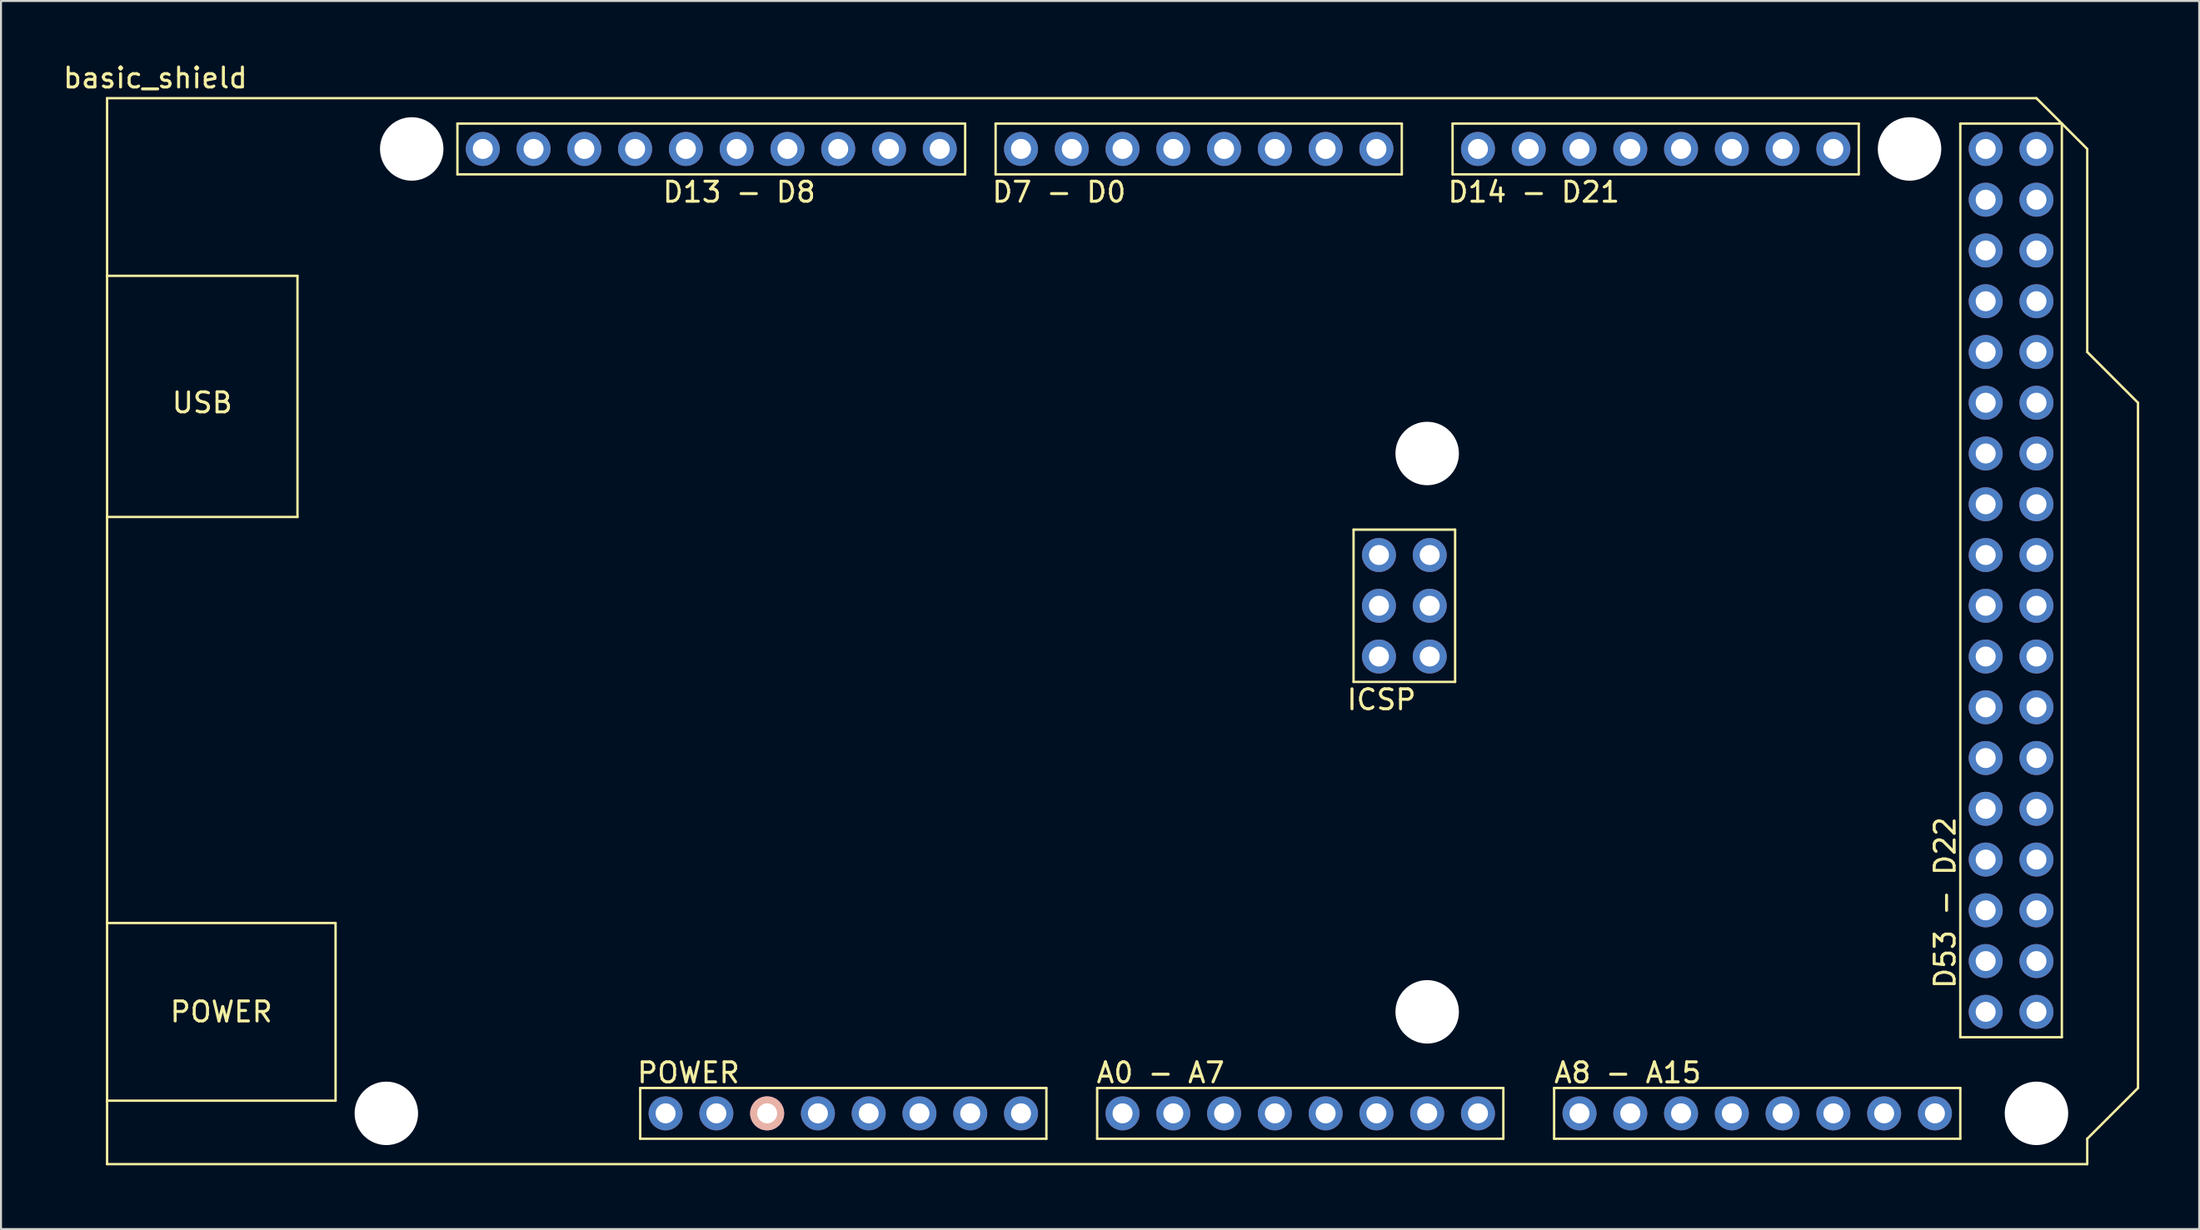
<source format=kicad_pcb>
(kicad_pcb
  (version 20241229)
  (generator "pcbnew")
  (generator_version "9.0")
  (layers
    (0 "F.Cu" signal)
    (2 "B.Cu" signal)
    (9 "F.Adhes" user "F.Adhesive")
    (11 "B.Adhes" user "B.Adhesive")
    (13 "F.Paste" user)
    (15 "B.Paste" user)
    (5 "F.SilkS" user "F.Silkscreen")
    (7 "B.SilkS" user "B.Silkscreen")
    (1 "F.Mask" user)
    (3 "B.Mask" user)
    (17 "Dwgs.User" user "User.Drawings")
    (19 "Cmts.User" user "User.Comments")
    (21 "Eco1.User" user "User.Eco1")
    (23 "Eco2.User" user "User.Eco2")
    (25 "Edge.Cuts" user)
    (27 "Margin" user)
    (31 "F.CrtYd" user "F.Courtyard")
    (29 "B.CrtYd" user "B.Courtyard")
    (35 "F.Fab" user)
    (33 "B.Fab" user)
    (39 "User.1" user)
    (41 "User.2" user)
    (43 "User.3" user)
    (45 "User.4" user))
  (footprint "basic_shield"
    (layer "F.Cu")
    (at 2.307 55.204)
    (property "Reference" "basic_shield" (at 2.413 -54.356 0) (layer "F.SilkS") (effects (font (size 1 1) (thickness 0.15))))
    (attr through_hole)
    (fp_line (start 0 -53.34) (end 0 0) (stroke (width 0.12) (type solid)) (layer "F.SilkS"))
    (fp_line (start 0 -32.385) (end 9.525 -32.385) (stroke (width 0.12) (type solid)) (layer "F.SilkS"))
    (fp_line (start 0 -3.175) (end 11.43 -3.175) (stroke (width 0.12) (type solid)) (layer "F.SilkS"))
    (fp_line (start 0 0) (end 99.06 0) (stroke (width 0.12) (type solid)) (layer "F.SilkS"))
    (fp_line (start 9.525 -44.45) (end 0 -44.45) (stroke (width 0.12) (type solid)) (layer "F.SilkS"))
    (fp_line (start 9.525 -32.385) (end 9.525 -44.45) (stroke (width 0.12) (type solid)) (layer "F.SilkS"))
    (fp_line (start 11.43 -12.065) (end 0 -12.065) (stroke (width 0.12) (type solid)) (layer "F.SilkS"))
    (fp_line (start 11.43 -3.175) (end 11.43 -12.065) (stroke (width 0.12) (type solid)) (layer "F.SilkS"))
    (fp_line (start 17.526 -52.07) (end 17.526 -49.53) (stroke (width 0.12) (type solid)) (layer "F.SilkS"))
    (fp_line (start 17.526 -49.53) (end 42.926 -49.53) (stroke (width 0.12) (type solid)) (layer "F.SilkS"))
    (fp_line (start 26.67 -3.81) (end 26.67 -1.27) (stroke (width 0.12) (type solid)) (layer "F.SilkS"))
    (fp_line (start 26.67 -1.27) (end 46.99 -1.27) (stroke (width 0.12) (type solid)) (layer "F.SilkS"))
    (fp_line (start 42.926 -52.07) (end 17.526 -52.07) (stroke (width 0.12) (type solid)) (layer "F.SilkS"))
    (fp_line (start 42.926 -49.53) (end 42.926 -52.07) (stroke (width 0.12) (type solid)) (layer "F.SilkS"))
    (fp_line (start 44.45 -52.07) (end 44.45 -49.53) (stroke (width 0.12) (type solid)) (layer "F.SilkS"))
    (fp_line (start 44.45 -49.53) (end 64.77 -49.53) (stroke (width 0.12) (type solid)) (layer "F.SilkS"))
    (fp_line (start 46.99 -3.81) (end 26.67 -3.81) (stroke (width 0.12) (type solid)) (layer "F.SilkS"))
    (fp_line (start 46.99 -1.27) (end 46.99 -3.81) (stroke (width 0.12) (type solid)) (layer "F.SilkS"))
    (fp_line (start 49.53 -3.81) (end 49.53 -1.27) (stroke (width 0.12) (type solid)) (layer "F.SilkS"))
    (fp_line (start 49.53 -1.27) (end 69.85 -1.27) (stroke (width 0.12) (type solid)) (layer "F.SilkS"))
    (fp_line (start 62.357 -31.75) (end 67.437 -31.75) (stroke (width 0.12) (type solid)) (layer "F.SilkS"))
    (fp_line (start 62.357 -24.13) (end 62.357 -31.75) (stroke (width 0.12) (type solid)) (layer "F.SilkS"))
    (fp_line (start 64.77 -52.07) (end 44.45 -52.07) (stroke (width 0.12) (type solid)) (layer "F.SilkS"))
    (fp_line (start 64.77 -49.53) (end 64.77 -52.07) (stroke (width 0.12) (type solid)) (layer "F.SilkS"))
    (fp_line (start 67.31 -52.07) (end 67.31 -49.53) (stroke (width 0.12) (type solid)) (layer "F.SilkS"))
    (fp_line (start 67.31 -49.53) (end 87.63 -49.53) (stroke (width 0.12) (type solid)) (layer "F.SilkS"))
    (fp_line (start 67.437 -31.75) (end 67.437 -24.13) (stroke (width 0.12) (type solid)) (layer "F.SilkS"))
    (fp_line (start 67.437 -24.13) (end 62.357 -24.13) (stroke (width 0.12) (type solid)) (layer "F.SilkS"))
    (fp_line (start 69.85 -3.81) (end 49.53 -3.81) (stroke (width 0.12) (type solid)) (layer "F.SilkS"))
    (fp_line (start 69.85 -1.27) (end 69.85 -3.81) (stroke (width 0.12) (type solid)) (layer "F.SilkS"))
    (fp_line (start 72.39 -3.81) (end 72.39 -1.27) (stroke (width 0.12) (type solid)) (layer "F.SilkS"))
    (fp_line (start 72.39 -1.27) (end 92.71 -1.27) (stroke (width 0.12) (type solid)) (layer "F.SilkS"))
    (fp_line (start 87.63 -52.07) (end 67.31 -52.07) (stroke (width 0.12) (type solid)) (layer "F.SilkS"))
    (fp_line (start 87.63 -49.53) (end 87.63 -52.07) (stroke (width 0.12) (type solid)) (layer "F.SilkS"))
    (fp_line (start 92.71 -52.07) (end 97.79 -52.07) (stroke (width 0.12) (type solid)) (layer "F.SilkS"))
    (fp_line (start 92.71 -6.35) (end 92.71 -52.07) (stroke (width 0.12) (type solid)) (layer "F.SilkS"))
    (fp_line (start 92.71 -3.81) (end 72.39 -3.81) (stroke (width 0.12) (type solid)) (layer "F.SilkS"))
    (fp_line (start 92.71 -1.27) (end 92.71 -3.81) (stroke (width 0.12) (type solid)) (layer "F.SilkS"))
    (fp_line (start 96.52 -53.34) (end 0 -53.34) (stroke (width 0.12) (type solid)) (layer "F.SilkS"))
    (fp_line (start 97.79 -52.07) (end 97.79 -6.35) (stroke (width 0.12) (type solid)) (layer "F.SilkS"))
    (fp_line (start 97.79 -6.35) (end 92.71 -6.35) (stroke (width 0.12) (type solid)) (layer "F.SilkS"))
    (fp_line (start 99.06 -50.8) (end 96.52 -53.34) (stroke (width 0.12) (type solid)) (layer "F.SilkS"))
    (fp_line (start 99.06 -40.64) (end 99.06 -50.8) (stroke (width 0.12) (type solid)) (layer "F.SilkS"))
    (fp_line (start 99.06 -1.27) (end 101.6 -3.81) (stroke (width 0.12) (type solid)) (layer "F.SilkS"))
    (fp_line (start 99.06 0) (end 99.06 -1.27) (stroke (width 0.12) (type solid)) (layer "F.SilkS"))
    (fp_line (start 101.6 -38.1) (end 99.06 -40.64) (stroke (width 0.12) (type solid)) (layer "F.SilkS"))
    (fp_line (start 101.6 -3.81) (end 101.6 -38.1) (stroke (width 0.12) (type solid)) (layer "F.SilkS"))
    (fp_text user "D7 - D0" (at 47.625 -48.641 0) (layer "F.SilkS") (effects (font (size 1 1) (thickness 0.15))))
    (fp_text user "A0 - A7" (at 52.705 -4.572 0) (layer "F.SilkS") (effects (font (size 1 1) (thickness 0.15))))
    (fp_text user "A8 - A15" (at 76.073 -4.572 0) (layer "F.SilkS") (effects (font (size 1 1) (thickness 0.15))))
    (fp_text user "USB" (at 4.763 -38.1 0) (layer "F.SilkS") (effects (font (size 1 1) (thickness 0.15))))
    (fp_text user "ICSP" (at 63.754 -23.241 0) (layer "F.SilkS") (effects (font (size 1 1) (thickness 0.15))))
    (fp_text user "D14 - D21" (at 71.374 -48.641 0) (layer "F.SilkS") (effects (font (size 1 1) (thickness 0.15))))
    (fp_text user "POWER" (at 29.083 -4.572 0) (layer "F.SilkS") (effects (font (size 1 1) (thickness 0.15))))
    (fp_text user "D53 - D22" (at 91.948 -13.081 90) (layer "F.SilkS") (effects (font (size 1 1) (thickness 0.15))))
    (fp_text user "POWER" (at 5.715 -7.62 0) (layer "F.SilkS") (effects (font (size 1 1) (thickness 0.15))))
    (fp_text user "D13 - D8" (at 31.623 -48.641 0) (layer "F.SilkS") (effects (font (size 1 1) (thickness 0.15))))
    (pad "" np_thru_hole circle (at 13.97 -2.54 90) (size 3.175 3.175) (drill 3.175) (layers "*.Cu" "*.Mask"))
    (pad "" np_thru_hole circle (at 15.24 -50.8 90) (size 3.175 3.175) (drill 3.175) (layers "*.Cu" "*.Mask"))
    (pad "" thru_hole circle (at 27.94 -2.54 90) (size 1.7 1.7) (drill 1) (layers "*.Cu" "*.Mask"))
    (pad "" thru_hole oval (at 63.627 -30.48 90) (size 1.7 1.7) (drill 1) (layers "*.Cu" "*.Mask"))
    (pad "" thru_hole oval (at 63.627 -27.94 90) (size 1.7 1.7) (drill 1) (layers "*.Cu" "*.Mask"))
    (pad "" thru_hole oval (at 63.627 -25.4 90) (size 1.7 1.7) (drill 1) (layers "*.Cu" "*.Mask"))
    (pad "" np_thru_hole circle (at 66.04 -35.56 90) (size 3.175 3.175) (drill 3.175) (layers "*.Cu" "*.Mask"))
    (pad "" np_thru_hole circle (at 66.04 -7.62 90) (size 3.175 3.175) (drill 3.175) (layers "*.Cu" "*.Mask"))
    (pad "" thru_hole oval (at 66.167 -30.48 90) (size 1.7 1.7) (drill 1) (layers "*.Cu" "*.Mask"))
    (pad "" thru_hole oval (at 66.167 -27.94 90) (size 1.7 1.7) (drill 1) (layers "*.Cu" "*.Mask"))
    (pad "" thru_hole oval (at 66.167 -25.4 90) (size 1.7 1.7) (drill 1) (layers "*.Cu" "*.Mask"))
    (pad "" np_thru_hole circle (at 90.17 -50.8 90) (size 3.175 3.175) (drill 3.175) (layers "*.Cu" "*.Mask"))
    (pad "" np_thru_hole circle (at 96.52 -2.54 90) (size 3.175 3.175) (drill 3.175) (layers "*.Cu" "*.Mask"))
    (pad "1" thru_hole oval (at 30.48 -2.54 90) (size 1.7 1.7) (drill 1) (layers "*.Cu" "*.Mask"))
    (pad "2" thru_hole oval (at 33.02 -2.54 90) (size 1.7 1.7) (drill 1) (layers "*.Cu" "*.Mask" "B.SilkS"))
    (pad "3" thru_hole oval (at 35.56 -2.54 90) (size 1.7 1.7) (drill 1) (layers "*.Cu" "*.Mask"))
    (pad "4" thru_hole oval (at 38.1 -2.54 90) (size 1.7 1.7) (drill 1) (layers "*.Cu" "*.Mask"))
    (pad "5" thru_hole oval (at 40.64 -2.54 90) (size 1.7 1.7) (drill 1) (layers "*.Cu" "*.Mask"))
    (pad "6" thru_hole oval (at 43.18 -2.54 90) (size 1.7 1.7) (drill 1) (layers "*.Cu" "*.Mask"))
    (pad "7" thru_hole oval (at 45.72 -2.54 90) (size 1.7 1.7) (drill 1) (layers "*.Cu" "*.Mask"))
    (pad "8" thru_hole circle (at 50.8 -2.54 90) (size 1.7 1.7) (drill 1) (layers "*.Cu" "*.Mask"))
    (pad "9" thru_hole oval (at 53.34 -2.54 90) (size 1.7 1.7) (drill 1) (layers "*.Cu" "*.Mask"))
    (pad "10" thru_hole oval (at 55.88 -2.54 90) (size 1.7 1.7) (drill 1) (layers "*.Cu" "*.Mask"))
    (pad "11" thru_hole oval (at 58.42 -2.54 90) (size 1.7 1.7) (drill 1) (layers "*.Cu" "*.Mask"))
    (pad "12" thru_hole oval (at 60.96 -2.54 90) (size 1.7 1.7) (drill 1) (layers "*.Cu" "*.Mask"))
    (pad "13" thru_hole oval (at 63.5 -2.54 90) (size 1.7 1.7) (drill 1) (layers "*.Cu" "*.Mask"))
    (pad "14" thru_hole oval (at 66.04 -2.54 90) (size 1.7 1.7) (drill 1) (layers "*.Cu" "*.Mask"))
    (pad "15" thru_hole oval (at 68.58 -2.54 90) (size 1.7 1.7) (drill 1) (layers "*.Cu" "*.Mask"))
    (pad "16" thru_hole circle (at 73.66 -2.54 90) (size 1.7 1.7) (drill 1) (layers "*.Cu" "*.Mask"))
    (pad "17" thru_hole oval (at 76.2 -2.54 90) (size 1.7 1.7) (drill 1) (layers "*.Cu" "*.Mask"))
    (pad "18" thru_hole oval (at 78.74 -2.54 90) (size 1.7 1.7) (drill 1) (layers "*.Cu" "*.Mask"))
    (pad "19" thru_hole oval (at 81.28 -2.54 90) (size 1.7 1.7) (drill 1) (layers "*.Cu" "*.Mask"))
    (pad "20" thru_hole oval (at 83.82 -2.54 90) (size 1.7 1.7) (drill 1) (layers "*.Cu" "*.Mask"))
    (pad "21" thru_hole oval (at 86.36 -2.54 90) (size 1.7 1.7) (drill 1) (layers "*.Cu" "*.Mask"))
    (pad "22" thru_hole oval (at 88.9 -2.54 90) (size 1.7 1.7) (drill 1) (layers "*.Cu" "*.Mask"))
    (pad "23" thru_hole oval (at 91.44 -2.54 90) (size 1.7 1.7) (drill 1) (layers "*.Cu" "*.Mask"))
    (pad "24" thru_hole circle (at 18.796 -50.8 90) (size 1.7 1.7) (drill 1) (layers "*.Cu" "*.Mask"))
    (pad "25" thru_hole circle (at 21.336 -50.8 90) (size 1.7 1.7) (drill 1) (layers "*.Cu" "*.Mask"))
    (pad "26" thru_hole circle (at 23.876 -50.8 90) (size 1.7 1.7) (drill 1) (layers "*.Cu" "*.Mask"))
    (pad "27" thru_hole oval (at 26.416 -50.8 90) (size 1.7 1.7) (drill 1) (layers "*.Cu" "*.Mask"))
    (pad "28" thru_hole oval (at 28.956 -50.8 90) (size 1.7 1.7) (drill 1) (layers "*.Cu" "*.Mask"))
    (pad "29" thru_hole oval (at 31.496 -50.8 90) (size 1.7 1.7) (drill 1) (layers "*.Cu" "*.Mask"))
    (pad "30" thru_hole oval (at 34.036 -50.8 90) (size 1.7 1.7) (drill 1) (layers "*.Cu" "*.Mask"))
    (pad "31" thru_hole oval (at 36.576 -50.8 90) (size 1.7 1.7) (drill 1) (layers "*.Cu" "*.Mask"))
    (pad "32" thru_hole oval (at 39.116 -50.8 90) (size 1.7 1.7) (drill 1) (layers "*.Cu" "*.Mask"))
    (pad "33" thru_hole oval (at 41.656 -50.8 90) (size 1.7 1.7) (drill 1) (layers "*.Cu" "*.Mask"))
    (pad "34" thru_hole circle (at 45.72 -50.8 90) (size 1.7 1.7) (drill 1) (layers "*.Cu" "*.Mask"))
    (pad "35" thru_hole oval (at 48.26 -50.8 90) (size 1.7 1.7) (drill 1) (layers "*.Cu" "*.Mask" "B.Paste"))
    (pad "36" thru_hole oval (at 50.8 -50.8 90) (size 1.7 1.7) (drill 1) (layers "*.Cu" "*.Mask"))
    (pad "37" thru_hole oval (at 53.34 -50.8 90) (size 1.7 1.7) (drill 1) (layers "*.Cu" "*.Mask"))
    (pad "38" thru_hole oval (at 55.88 -50.8 90) (size 1.7 1.7) (drill 1) (layers "*.Cu" "*.Mask"))
    (pad "39" thru_hole oval (at 58.42 -50.8 90) (size 1.7 1.7) (drill 1) (layers "*.Cu" "*.Mask"))
    (pad "40" thru_hole oval (at 60.96 -50.8 90) (size 1.7 1.7) (drill 1) (layers "*.Cu" "*.Mask"))
    (pad "41" thru_hole oval (at 63.5 -50.8 90) (size 1.7 1.7) (drill 1) (layers "*.Cu" "*.Mask"))
    (pad "42" thru_hole circle (at 68.58 -50.8 90) (size 1.7 1.7) (drill 1) (layers "*.Cu" "*.Mask"))
    (pad "43" thru_hole oval (at 71.12 -50.8 90) (size 1.7 1.7) (drill 1) (layers "*.Cu" "*.Mask"))
    (pad "44" thru_hole oval (at 73.66 -50.8 90) (size 1.7 1.7) (drill 1) (layers "*.Cu" "*.Mask"))
    (pad "45" thru_hole oval (at 76.2 -50.8 90) (size 1.7 1.7) (drill 1) (layers "*.Cu" "*.Mask"))
    (pad "46" thru_hole oval (at 78.74 -50.8 90) (size 1.7 1.7) (drill 1) (layers "*.Cu" "*.Mask"))
    (pad "47" thru_hole oval (at 81.28 -50.8 90) (size 1.7 1.7) (drill 1) (layers "*.Cu" "*.Mask"))
    (pad "48" thru_hole oval (at 83.82 -50.8 90) (size 1.7 1.7) (drill 1) (layers "*.Cu" "*.Mask"))
    (pad "49" thru_hole oval (at 86.36 -50.8 90) (size 1.7 1.7) (drill 1) (layers "*.Cu" "*.Mask"))
    (pad "50" thru_hole circle (at 93.98 -50.8 90) (size 1.7 1.7) (drill 1) (layers "*.Cu" "*.Mask"))
    (pad "51" thru_hole oval (at 96.52 -50.8 90) (size 1.7 1.7) (drill 1) (layers "*.Cu" "*.Mask"))
    (pad "52" thru_hole circle (at 93.98 -48.26 90) (size 1.7 1.7) (drill 1) (layers "*.Cu" "*.Mask"))
    (pad "53" thru_hole oval (at 96.52 -48.26 90) (size 1.7 1.7) (drill 1) (layers "*.Cu" "*.Mask"))
    (pad "54" thru_hole circle (at 93.98 -45.72 90) (size 1.7 1.7) (drill 1) (layers "*.Cu" "*.Mask"))
    (pad "55" thru_hole oval (at 96.52 -45.72 90) (size 1.7 1.7) (drill 1) (layers "*.Cu" "*.Mask"))
    (pad "56" thru_hole circle (at 93.98 -43.18 90) (size 1.7 1.7) (drill 1) (layers "*.Cu" "*.Mask"))
    (pad "57" thru_hole oval (at 96.52 -43.18 90) (size 1.7 1.7) (drill 1) (layers "*.Cu" "*.Mask"))
    (pad "58" thru_hole circle (at 93.98 -40.64 90) (size 1.7 1.7) (drill 1) (layers "*.Cu" "*.Mask"))
    (pad "59" thru_hole oval (at 96.52 -40.64 90) (size 1.7 1.7) (drill 1) (layers "*.Cu" "*.Mask"))
    (pad "60" thru_hole circle (at 93.98 -38.1 90) (size 1.7 1.7) (drill 1) (layers "*.Cu" "*.Mask"))
    (pad "61" thru_hole oval (at 96.52 -38.1 90) (size 1.7 1.7) (drill 1) (layers "*.Cu" "*.Mask"))
    (pad "62" thru_hole circle (at 93.98 -35.56 90) (size 1.7 1.7) (drill 1) (layers "*.Cu" "*.Mask"))
    (pad "63" thru_hole oval (at 96.52 -35.56 90) (size 1.7 1.7) (drill 1) (layers "*.Cu" "*.Mask"))
    (pad "64" thru_hole circle (at 93.98 -33.02 90) (size 1.7 1.7) (drill 1) (layers "*.Cu" "*.Mask"))
    (pad "65" thru_hole oval (at 96.52 -33.02 90) (size 1.7 1.7) (drill 1) (layers "*.Cu" "*.Mask"))
    (pad "66" thru_hole circle (at 93.98 -30.48 90) (size 1.7 1.7) (drill 1) (layers "*.Cu" "*.Mask"))
    (pad "67" thru_hole oval (at 96.52 -30.48 90) (size 1.7 1.7) (drill 1) (layers "*.Cu" "*.Mask"))
    (pad "68" thru_hole circle (at 93.98 -27.94 90) (size 1.7 1.7) (drill 1) (layers "*.Cu" "*.Mask"))
    (pad "69" thru_hole oval (at 96.52 -27.94 90) (size 1.7 1.7) (drill 1) (layers "*.Cu" "*.Mask"))
    (pad "70" thru_hole circle (at 93.98 -25.4 90) (size 1.7 1.7) (drill 1) (layers "*.Cu" "*.Mask"))
    (pad "71" thru_hole oval (at 96.52 -25.4 90) (size 1.7 1.7) (drill 1) (layers "*.Cu" "*.Mask"))
    (pad "72" thru_hole circle (at 93.98 -22.86 90) (size 1.7 1.7) (drill 1) (layers "*.Cu" "*.Mask"))
    (pad "73" thru_hole oval (at 96.52 -22.86 90) (size 1.7 1.7) (drill 1) (layers "*.Cu" "*.Mask"))
    (pad "74" thru_hole circle (at 93.98 -20.32 90) (size 1.7 1.7) (drill 1) (layers "*.Cu" "*.Mask"))
    (pad "75" thru_hole oval (at 96.52 -20.32 90) (size 1.7 1.7) (drill 1) (layers "*.Cu" "*.Mask"))
    (pad "76" thru_hole circle (at 93.98 -17.78 90) (size 1.7 1.7) (drill 1) (layers "*.Cu" "*.Mask"))
    (pad "77" thru_hole oval (at 96.52 -17.78 90) (size 1.7 1.7) (drill 1) (layers "*.Cu" "*.Mask"))
    (pad "78" thru_hole circle (at 93.98 -15.24 90) (size 1.7 1.7) (drill 1) (layers "*.Cu" "*.Mask"))
    (pad "79" thru_hole oval (at 96.52 -15.24 90) (size 1.7 1.7) (drill 1) (layers "*.Cu" "*.Mask"))
    (pad "80" thru_hole circle (at 93.98 -12.7 90) (size 1.7 1.7) (drill 1) (layers "*.Cu" "*.Mask"))
    (pad "81" thru_hole oval (at 96.52 -12.7 90) (size 1.7 1.7) (drill 1) (layers "*.Cu" "*.Mask"))
    (pad "82" thru_hole circle (at 93.98 -10.16 90) (size 1.7 1.7) (drill 1) (layers "*.Cu" "*.Mask"))
    (pad "83" thru_hole oval (at 96.52 -10.16 90) (size 1.7 1.7) (drill 1) (layers "*.Cu" "*.Mask"))
    (pad "84" thru_hole circle (at 93.98 -7.62 90) (size 1.7 1.7) (drill 1) (layers "*.Cu" "*.Mask"))
    (pad "85" thru_hole oval (at 96.52 -7.62 90) (size 1.7 1.7) (drill 1) (layers "*.Cu" "*.Mask")))
  (gr_rect
    (start -3 -3)
    (end 106.967 58.454)
    (stroke (width 0.1) (type default))
    (fill no)
    (layer "Edge.Cuts")))
</source>
